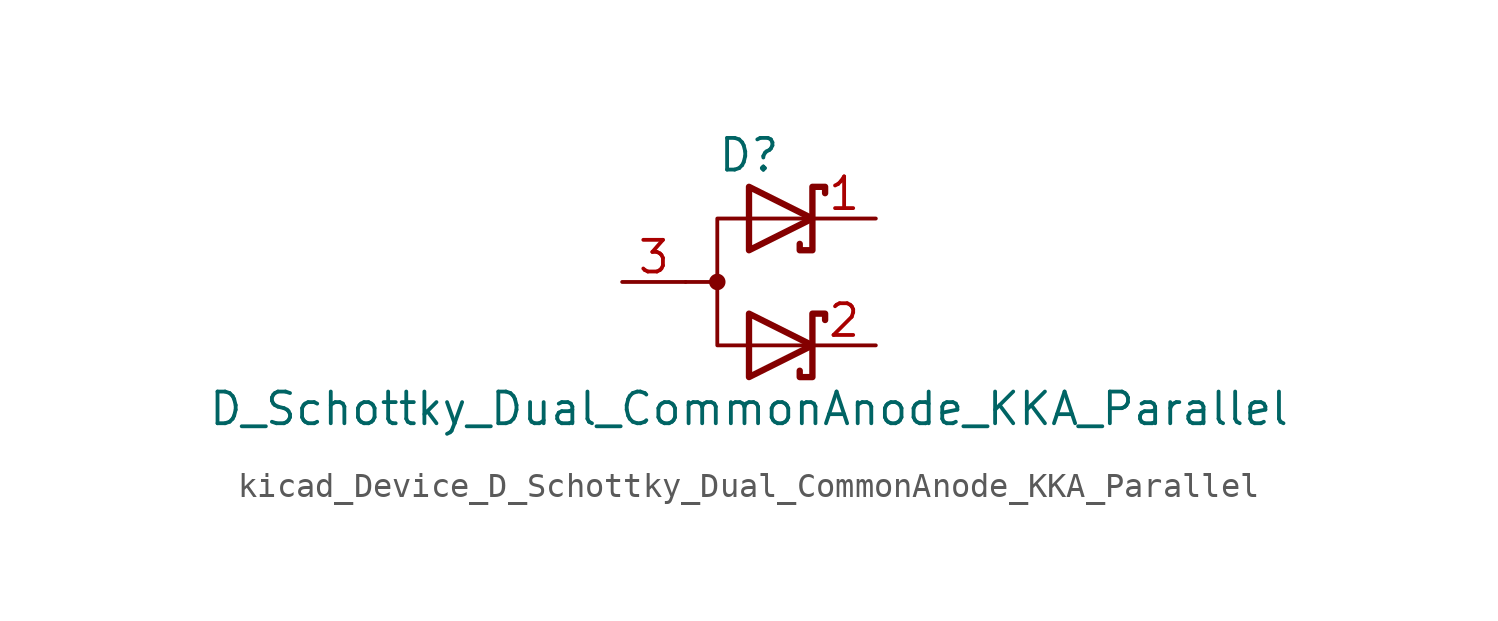
<source format=kicad_sym>
(kicad_symbol_lib
  (version 20220914)
  (generator kicad_symbol_editor)
  (symbol "kicad_Device_D_Schottky_Dual_CommonAnode_KKA_Parallel"
    (pin_names
      (offset 0.762) hide)
    (property "Reference" "D"
      (at 0 5.08 0)
      (effects (font (size 1.27 1.27))))
    (property "Value" "D_Schottky_Dual_CommonAnode_KKA_Parallel"
      (at 0 -5.08 0)
      (effects (font (size 1.27 1.27))))
    (symbol "kicad_Device_D_Schottky_Dual_CommonAnode_KKA_Parallel_0_1"
      (circle (center -1.27 0) (radius 0.254) (stroke (width 0) (type default)) (fill (type outline)))
      (polyline (pts (xy -1.27 0) (xy -2.54 0)) (stroke (width 0) (type default)) (fill (type none)))
      (polyline (pts (xy 2.54 2.54) (xy -1.27 2.54) (xy -1.27 -2.54) (xy 2.54 -2.54)) (stroke (width 0) (type default)) (fill (type none)))
      (polyline (pts (xy 0 -1.27) (xy 2.54 -2.54) (xy 0 -3.81) (xy 0 -1.27) (xy 0 -1.27) (xy 0 -1.27)) (stroke (width 0.254) (type default)) (fill (type none)))
      (polyline (pts (xy 0 3.81) (xy 2.54 2.54) (xy 0 1.27) (xy 0 3.81) (xy 0 3.81) (xy 0 3.81)) (stroke (width 0.254) (type default)) (fill (type none)))
      (polyline (pts (xy 3.048 -1.524) (xy 3.048 -1.27) (xy 2.54 -1.27) (xy 2.54 -3.81) (xy 2.032 -3.81) (xy 2.032 -3.556)) (stroke (width 0.254) (type default)) (fill (type none)))
      (polyline (pts (xy 3.048 3.556) (xy 3.048 3.81) (xy 2.54 3.81) (xy 2.54 1.27) (xy 2.032 1.27) (xy 2.032 1.524)) (stroke (width 0.254) (type default)) (fill (type none)))
      (pin passive line (at 5.08 2.54 180) (length 2.54) (name "K" (effects (font (size 1.27 1.27)))) (number "1" (effects (font (size 1.27 1.27)))))
      (pin passive line (at 5.08 -2.54 180) (length 2.54) (name "K" (effects (font (size 1.27 1.27)))) (number "2" (effects (font (size 1.27 1.27)))))
      (pin passive line (at -5.08 0 0) (length 2.54) (name "A" (effects (font (size 1.27 1.27)))) (number "3" (effects (font (size 1.27 1.27))))))))
</source>
